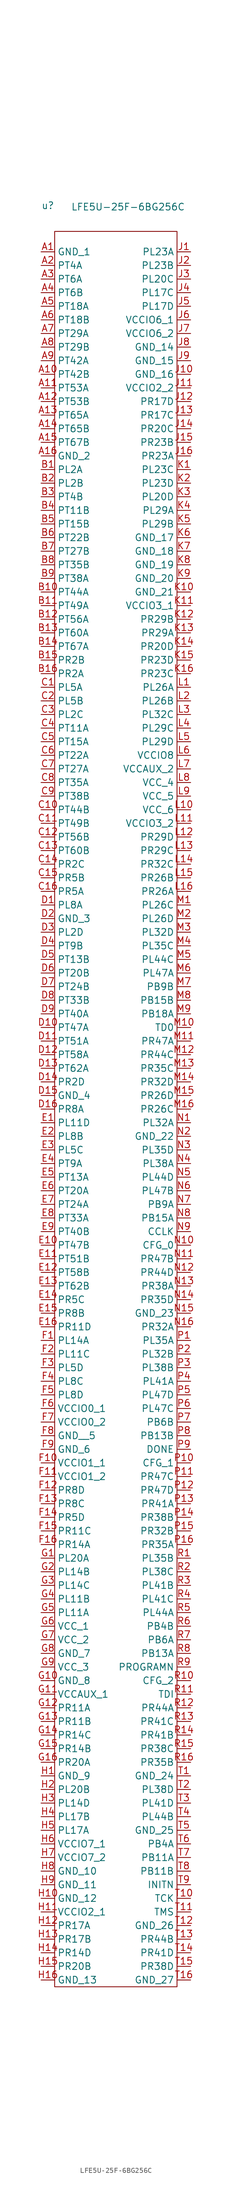
<source format=kicad_sym>
(kicad_symbol_lib
  (version 20241209)
  (generator "kicad_symbol_editor")
  (generator_version "9.0")
  (symbol "LFE5U-25F-6BG256C"
    (property "Reference" "u"
      (at -12.7 135.636 0)
      (effects (font (size 1.27 1.27))))
    (property "Value" "LFE5U-25F-6BG256C"
      (at 2.286 135.382 0)
      (effects (font (size 1.27 1.27))))
    (symbol "LFE5U-25F-6BG256C_0_1"
      (rectangle (start -11.43 130.81) (end 11.43 -196.85) (stroke (width 0) (type default)) (fill (type none))))
    (symbol "LFE5U-25F-6BG256C_1_1"
      (pin power_in line (at -13.97 127 0) (length 2.54) (name "GND_1" (effects (font (size 1.27 1.27)))) (number "A1" (effects (font (size 1.27 1.27)))))
      (pin bidirectional line (at -13.97 124.46 0) (length 2.54) (name "PT4A" (effects (font (size 1.27 1.27)))) (number "A2" (effects (font (size 1.27 1.27)))))
      (pin bidirectional line (at -13.97 121.92 0) (length 2.54) (name "PT6A" (effects (font (size 1.27 1.27)))) (number "A3" (effects (font (size 1.27 1.27)))))
      (pin bidirectional line (at -13.97 119.38 0) (length 2.54) (name "PT6B" (effects (font (size 1.27 1.27)))) (number "A4" (effects (font (size 1.27 1.27)))))
      (pin bidirectional line (at -13.97 116.84 0) (length 2.54) (name "PT18A" (effects (font (size 1.27 1.27)))) (number "A5" (effects (font (size 1.27 1.27)))))
      (pin bidirectional line (at -13.97 114.3 0) (length 2.54) (name "PT18B" (effects (font (size 1.27 1.27)))) (number "A6" (effects (font (size 1.27 1.27)))))
      (pin bidirectional line (at -13.97 111.76 0) (length 2.54) (name "PT29A" (effects (font (size 1.27 1.27)))) (number "A7" (effects (font (size 1.27 1.27)))))
      (pin bidirectional line (at -13.97 109.22 0) (length 2.54) (name "PT29B" (effects (font (size 1.27 1.27)))) (number "A8" (effects (font (size 1.27 1.27)))))
      (pin bidirectional line (at -13.97 106.68 0) (length 2.54) (name "PT42A" (effects (font (size 1.27 1.27)))) (number "A9" (effects (font (size 1.27 1.27)))))
      (pin bidirectional line (at -13.97 104.14 0) (length 2.54) (name "PT42B" (effects (font (size 1.27 1.27)))) (number "A10" (effects (font (size 1.27 1.27)))))
      (pin bidirectional line (at -13.97 101.6 0) (length 2.54) (name "PT53A" (effects (font (size 1.27 1.27)))) (number "A11" (effects (font (size 1.27 1.27)))))
      (pin bidirectional line (at -13.97 99.06 0) (length 2.54) (name "PT53B" (effects (font (size 1.27 1.27)))) (number "A12" (effects (font (size 1.27 1.27)))))
      (pin bidirectional line (at -13.97 96.52 0) (length 2.54) (name "PT65A" (effects (font (size 1.27 1.27)))) (number "A13" (effects (font (size 1.27 1.27)))))
      (pin bidirectional line (at -13.97 93.98 0) (length 2.54) (name "PT65B" (effects (font (size 1.27 1.27)))) (number "A14" (effects (font (size 1.27 1.27)))))
      (pin bidirectional line (at -13.97 91.44 0) (length 2.54) (name "PT67B" (effects (font (size 1.27 1.27)))) (number "A15" (effects (font (size 1.27 1.27)))))
      (pin power_in line (at -13.97 88.9 0) (length 2.54) (name "GND_2" (effects (font (size 1.27 1.27)))) (number "A16" (effects (font (size 1.27 1.27)))))
      (pin bidirectional line (at -13.97 86.36 0) (length 2.54) (name "PL2A" (effects (font (size 1.27 1.27)))) (number "B1" (effects (font (size 1.27 1.27)))))
      (pin bidirectional line (at -13.97 83.82 0) (length 2.54) (name "PL2B" (effects (font (size 1.27 1.27)))) (number "B2" (effects (font (size 1.27 1.27)))))
      (pin bidirectional line (at -13.97 81.28 0) (length 2.54) (name "PT4B" (effects (font (size 1.27 1.27)))) (number "B3" (effects (font (size 1.27 1.27)))))
      (pin bidirectional line (at -13.97 78.74 0) (length 2.54) (name "PT11B" (effects (font (size 1.27 1.27)))) (number "B4" (effects (font (size 1.27 1.27)))))
      (pin bidirectional line (at -13.97 76.2 0) (length 2.54) (name "PT15B" (effects (font (size 1.27 1.27)))) (number "B5" (effects (font (size 1.27 1.27)))))
      (pin bidirectional line (at -13.97 73.66 0) (length 2.54) (name "PT22B" (effects (font (size 1.27 1.27)))) (number "B6" (effects (font (size 1.27 1.27)))))
      (pin bidirectional line (at -13.97 71.12 0) (length 2.54) (name "PT27B" (effects (font (size 1.27 1.27)))) (number "B7" (effects (font (size 1.27 1.27)))))
      (pin bidirectional line (at -13.97 68.58 0) (length 2.54) (name "PT35B" (effects (font (size 1.27 1.27)))) (number "B8" (effects (font (size 1.27 1.27)))))
      (pin bidirectional line (at -13.97 66.04 0) (length 2.54) (name "PT38A" (effects (font (size 1.27 1.27)))) (number "B9" (effects (font (size 1.27 1.27)))))
      (pin bidirectional line (at -13.97 63.5 0) (length 2.54) (name "PT44A" (effects (font (size 1.27 1.27)))) (number "B10" (effects (font (size 1.27 1.27)))))
      (pin bidirectional line (at -13.97 60.96 0) (length 2.54) (name "PT49A" (effects (font (size 1.27 1.27)))) (number "B11" (effects (font (size 1.27 1.27)))))
      (pin bidirectional line (at -13.97 58.42 0) (length 2.54) (name "PT56A" (effects (font (size 1.27 1.27)))) (number "B12" (effects (font (size 1.27 1.27)))))
      (pin bidirectional line (at -13.97 55.88 0) (length 2.54) (name "PT60A" (effects (font (size 1.27 1.27)))) (number "B13" (effects (font (size 1.27 1.27)))))
      (pin bidirectional line (at -13.97 53.34 0) (length 2.54) (name "PT67A" (effects (font (size 1.27 1.27)))) (number "B14" (effects (font (size 1.27 1.27)))))
      (pin bidirectional line (at -13.97 50.8 0) (length 2.54) (name "PR2B" (effects (font (size 1.27 1.27)))) (number "B15" (effects (font (size 1.27 1.27)))))
      (pin bidirectional line (at -13.97 48.26 0) (length 2.54) (name "PR2A" (effects (font (size 1.27 1.27)))) (number "B16" (effects (font (size 1.27 1.27)))))
      (pin bidirectional line (at -13.97 45.72 0) (length 2.54) (name "PL5A" (effects (font (size 1.27 1.27)))) (number "C1" (effects (font (size 1.27 1.27)))))
      (pin bidirectional line (at -13.97 43.18 0) (length 2.54) (name "PL5B" (effects (font (size 1.27 1.27)))) (number "C2" (effects (font (size 1.27 1.27)))))
      (pin bidirectional line (at -13.97 40.64 0) (length 2.54) (name "PL2C" (effects (font (size 1.27 1.27)))) (number "C3" (effects (font (size 1.27 1.27)))))
      (pin bidirectional line (at -13.97 38.1 0) (length 2.54) (name "PT11A" (effects (font (size 1.27 1.27)))) (number "C4" (effects (font (size 1.27 1.27)))))
      (pin bidirectional line (at -13.97 35.56 0) (length 2.54) (name "PT15A" (effects (font (size 1.27 1.27)))) (number "C5" (effects (font (size 1.27 1.27)))))
      (pin bidirectional line (at -13.97 33.02 0) (length 2.54) (name "PT22A" (effects (font (size 1.27 1.27)))) (number "C6" (effects (font (size 1.27 1.27)))))
      (pin bidirectional line (at -13.97 30.48 0) (length 2.54) (name "PT27A" (effects (font (size 1.27 1.27)))) (number "C7" (effects (font (size 1.27 1.27)))))
      (pin bidirectional line (at -13.97 27.94 0) (length 2.54) (name "PT35A" (effects (font (size 1.27 1.27)))) (number "C8" (effects (font (size 1.27 1.27)))))
      (pin bidirectional line (at -13.97 25.4 0) (length 2.54) (name "PT38B" (effects (font (size 1.27 1.27)))) (number "C9" (effects (font (size 1.27 1.27)))))
      (pin bidirectional line (at -13.97 22.86 0) (length 2.54) (name "PT44B" (effects (font (size 1.27 1.27)))) (number "C10" (effects (font (size 1.27 1.27)))))
      (pin bidirectional line (at -13.97 20.32 0) (length 2.54) (name "PT49B" (effects (font (size 1.27 1.27)))) (number "C11" (effects (font (size 1.27 1.27)))))
      (pin bidirectional line (at -13.97 17.78 0) (length 2.54) (name "PT56B" (effects (font (size 1.27 1.27)))) (number "C12" (effects (font (size 1.27 1.27)))))
      (pin bidirectional line (at -13.97 15.24 0) (length 2.54) (name "PT60B" (effects (font (size 1.27 1.27)))) (number "C13" (effects (font (size 1.27 1.27)))))
      (pin bidirectional line (at -13.97 12.7 0) (length 2.54) (name "PR2C" (effects (font (size 1.27 1.27)))) (number "C14" (effects (font (size 1.27 1.27)))))
      (pin bidirectional line (at -13.97 10.16 0) (length 2.54) (name "PR5B" (effects (font (size 1.27 1.27)))) (number "C15" (effects (font (size 1.27 1.27)))))
      (pin bidirectional line (at -13.97 7.62 0) (length 2.54) (name "PR5A" (effects (font (size 1.27 1.27)))) (number "C16" (effects (font (size 1.27 1.27)))))
      (pin bidirectional line (at -13.97 5.08 0) (length 2.54) (name "PL8A" (effects (font (size 1.27 1.27)))) (number "D1" (effects (font (size 1.27 1.27)))))
      (pin power_in line (at -13.97 2.54 0) (length 2.54) (name "GND_3" (effects (font (size 1.27 1.27)))) (number "D2" (effects (font (size 1.27 1.27)))))
      (pin bidirectional line (at -13.97 0 0) (length 2.54) (name "PL2D" (effects (font (size 1.27 1.27)))) (number "D3" (effects (font (size 1.27 1.27)))))
      (pin bidirectional line (at -13.97 -2.54 0) (length 2.54) (name "PT9B" (effects (font (size 1.27 1.27)))) (number "D4" (effects (font (size 1.27 1.27)))))
      (pin bidirectional line (at -13.97 -5.08 0) (length 2.54) (name "PT13B" (effects (font (size 1.27 1.27)))) (number "D5" (effects (font (size 1.27 1.27)))))
      (pin bidirectional line (at -13.97 -7.62 0) (length 2.54) (name "PT20B" (effects (font (size 1.27 1.27)))) (number "D6" (effects (font (size 1.27 1.27)))))
      (pin bidirectional line (at -13.97 -10.16 0) (length 2.54) (name "PT24B" (effects (font (size 1.27 1.27)))) (number "D7" (effects (font (size 1.27 1.27)))))
      (pin bidirectional line (at -13.97 -12.7 0) (length 2.54) (name "PT33B" (effects (font (size 1.27 1.27)))) (number "D8" (effects (font (size 1.27 1.27)))))
      (pin bidirectional line (at -13.97 -15.24 0) (length 2.54) (name "PT40A" (effects (font (size 1.27 1.27)))) (number "D9" (effects (font (size 1.27 1.27)))))
      (pin bidirectional line (at -13.97 -17.78 0) (length 2.54) (name "PT47A" (effects (font (size 1.27 1.27)))) (number "D10" (effects (font (size 1.27 1.27)))))
      (pin bidirectional line (at -13.97 -20.32 0) (length 2.54) (name "PT51A" (effects (font (size 1.27 1.27)))) (number "D11" (effects (font (size 1.27 1.27)))))
      (pin bidirectional line (at -13.97 -22.86 0) (length 2.54) (name "PT58A" (effects (font (size 1.27 1.27)))) (number "D12" (effects (font (size 1.27 1.27)))))
      (pin bidirectional line (at -13.97 -25.4 0) (length 2.54) (name "PT62A" (effects (font (size 1.27 1.27)))) (number "D13" (effects (font (size 1.27 1.27)))))
      (pin bidirectional line (at -13.97 -27.94 0) (length 2.54) (name "PR2D" (effects (font (size 1.27 1.27)))) (number "D14" (effects (font (size 1.27 1.27)))))
      (pin power_in line (at -13.97 -30.48 0) (length 2.54) (name "GND_4" (effects (font (size 1.27 1.27)))) (number "D15" (effects (font (size 1.27 1.27)))))
      (pin bidirectional line (at -13.97 -33.02 0) (length 2.54) (name "PR8A" (effects (font (size 1.27 1.27)))) (number "D16" (effects (font (size 1.27 1.27)))))
      (pin bidirectional line (at -13.97 -35.56 0) (length 2.54) (name "PL11D" (effects (font (size 1.27 1.27)))) (number "E1" (effects (font (size 1.27 1.27)))))
      (pin bidirectional line (at -13.97 -38.1 0) (length 2.54) (name "PL8B" (effects (font (size 1.27 1.27)))) (number "E2" (effects (font (size 1.27 1.27)))))
      (pin bidirectional line (at -13.97 -40.64 0) (length 2.54) (name "PL5C" (effects (font (size 1.27 1.27)))) (number "E3" (effects (font (size 1.27 1.27)))))
      (pin bidirectional line (at -13.97 -43.18 0) (length 2.54) (name "PT9A" (effects (font (size 1.27 1.27)))) (number "E4" (effects (font (size 1.27 1.27)))))
      (pin bidirectional line (at -13.97 -45.72 0) (length 2.54) (name "PT13A" (effects (font (size 1.27 1.27)))) (number "E5" (effects (font (size 1.27 1.27)))))
      (pin bidirectional line (at -13.97 -48.26 0) (length 2.54) (name "PT20A" (effects (font (size 1.27 1.27)))) (number "E6" (effects (font (size 1.27 1.27)))))
      (pin bidirectional line (at -13.97 -50.8 0) (length 2.54) (name "PT24A" (effects (font (size 1.27 1.27)))) (number "E7" (effects (font (size 1.27 1.27)))))
      (pin bidirectional line (at -13.97 -53.34 0) (length 2.54) (name "PT33A" (effects (font (size 1.27 1.27)))) (number "E8" (effects (font (size 1.27 1.27)))))
      (pin bidirectional line (at -13.97 -55.88 0) (length 2.54) (name "PT40B" (effects (font (size 1.27 1.27)))) (number "E9" (effects (font (size 1.27 1.27)))))
      (pin bidirectional line (at -13.97 -58.42 0) (length 2.54) (name "PT47B" (effects (font (size 1.27 1.27)))) (number "E10" (effects (font (size 1.27 1.27)))))
      (pin bidirectional line (at -13.97 -60.96 0) (length 2.54) (name "PT51B" (effects (font (size 1.27 1.27)))) (number "E11" (effects (font (size 1.27 1.27)))))
      (pin bidirectional line (at -13.97 -63.5 0) (length 2.54) (name "PT58B" (effects (font (size 1.27 1.27)))) (number "E12" (effects (font (size 1.27 1.27)))))
      (pin bidirectional line (at -13.97 -66.04 0) (length 2.54) (name "PT62B" (effects (font (size 1.27 1.27)))) (number "E13" (effects (font (size 1.27 1.27)))))
      (pin bidirectional line (at -13.97 -68.58 0) (length 2.54) (name "PR5C" (effects (font (size 1.27 1.27)))) (number "E14" (effects (font (size 1.27 1.27)))))
      (pin bidirectional line (at -13.97 -71.12 0) (length 2.54) (name "PR8B" (effects (font (size 1.27 1.27)))) (number "E15" (effects (font (size 1.27 1.27)))))
      (pin bidirectional line (at -13.97 -73.66 0) (length 2.54) (name "PR11D" (effects (font (size 1.27 1.27)))) (number "E16" (effects (font (size 1.27 1.27)))))
      (pin bidirectional line (at -13.97 -76.2 0) (length 2.54) (name "PL14A" (effects (font (size 1.27 1.27)))) (number "F1" (effects (font (size 1.27 1.27)))))
      (pin bidirectional line (at -13.97 -78.74 0) (length 2.54) (name "PL11C" (effects (font (size 1.27 1.27)))) (number "F2" (effects (font (size 1.27 1.27)))))
      (pin bidirectional line (at -13.97 -81.28 0) (length 2.54) (name "PL5D" (effects (font (size 1.27 1.27)))) (number "F3" (effects (font (size 1.27 1.27)))))
      (pin bidirectional line (at -13.97 -83.82 0) (length 2.54) (name "PL8C" (effects (font (size 1.27 1.27)))) (number "F4" (effects (font (size 1.27 1.27)))))
      (pin bidirectional line (at -13.97 -86.36 0) (length 2.54) (name "PL8D" (effects (font (size 1.27 1.27)))) (number "F5" (effects (font (size 1.27 1.27)))))
      (pin power_in line (at -13.97 -88.9 0) (length 2.54) (name "VCCIO0_1" (effects (font (size 1.27 1.27)))) (number "F6" (effects (font (size 1.27 1.27)))))
      (pin power_in line (at -13.97 -91.44 0) (length 2.54) (name "VCCIO0_2" (effects (font (size 1.27 1.27)))) (number "F7" (effects (font (size 1.27 1.27)))))
      (pin power_in line (at -13.97 -93.98 0) (length 2.54) (name "GND__5" (effects (font (size 1.27 1.27)))) (number "F8" (effects (font (size 1.27 1.27)))))
      (pin power_in line (at -13.97 -96.52 0) (length 2.54) (name "GND_6" (effects (font (size 1.27 1.27)))) (number "F9" (effects (font (size 1.27 1.27)))))
      (pin power_in line (at -13.97 -99.06 0) (length 2.54) (name "VCCIO1_1" (effects (font (size 1.27 1.27)))) (number "F10" (effects (font (size 1.27 1.27)))))
      (pin power_in line (at -13.97 -101.6 0) (length 2.54) (name "VCCIO1_2" (effects (font (size 1.27 1.27)))) (number "F11" (effects (font (size 1.27 1.27)))))
      (pin bidirectional line (at -13.97 -104.14 0) (length 2.54) (name "PR8D" (effects (font (size 1.27 1.27)))) (number "F12" (effects (font (size 1.27 1.27)))))
      (pin bidirectional line (at -13.97 -106.68 0) (length 2.54) (name "PR8C" (effects (font (size 1.27 1.27)))) (number "F13" (effects (font (size 1.27 1.27)))))
      (pin bidirectional line (at -13.97 -109.22 0) (length 2.54) (name "PR5D" (effects (font (size 1.27 1.27)))) (number "F14" (effects (font (size 1.27 1.27)))))
      (pin bidirectional line (at -13.97 -111.76 0) (length 2.54) (name "PR11C" (effects (font (size 1.27 1.27)))) (number "F15" (effects (font (size 1.27 1.27)))))
      (pin bidirectional line (at -13.97 -114.3 0) (length 2.54) (name "PR14A" (effects (font (size 1.27 1.27)))) (number "F16" (effects (font (size 1.27 1.27)))))
      (pin bidirectional line (at -13.97 -116.84 0) (length 2.54) (name "PL20A" (effects (font (size 1.27 1.27)))) (number "G1" (effects (font (size 1.27 1.27)))))
      (pin bidirectional line (at -13.97 -119.38 0) (length 2.54) (name "PL14B" (effects (font (size 1.27 1.27)))) (number "G2" (effects (font (size 1.27 1.27)))))
      (pin bidirectional line (at -13.97 -121.92 0) (length 2.54) (name "PL14C" (effects (font (size 1.27 1.27)))) (number "G3" (effects (font (size 1.27 1.27)))))
      (pin bidirectional line (at -13.97 -124.46 0) (length 2.54) (name "PL11B" (effects (font (size 1.27 1.27)))) (number "G4" (effects (font (size 1.27 1.27)))))
      (pin bidirectional line (at -13.97 -127 0) (length 2.54) (name "PL11A" (effects (font (size 1.27 1.27)))) (number "G5" (effects (font (size 1.27 1.27)))))
      (pin power_in line (at -13.97 -129.54 0) (length 2.54) (name "VCC_1" (effects (font (size 1.27 1.27)))) (number "G6" (effects (font (size 1.27 1.27)))))
      (pin power_in line (at -13.97 -132.08 0) (length 2.54) (name "VCC_2" (effects (font (size 1.27 1.27)))) (number "G7" (effects (font (size 1.27 1.27)))))
      (pin power_in line (at -13.97 -134.62 0) (length 2.54) (name "GND_7" (effects (font (size 1.27 1.27)))) (number "G8" (effects (font (size 1.27 1.27)))))
      (pin power_in line (at -13.97 -137.16 0) (length 2.54) (name "VCC_3" (effects (font (size 1.27 1.27)))) (number "G9" (effects (font (size 1.27 1.27)))))
      (pin power_in line (at -13.97 -139.7 0) (length 2.54) (name "GND_8" (effects (font (size 1.27 1.27)))) (number "G10" (effects (font (size 1.27 1.27)))))
      (pin power_in line (at -13.97 -142.24 0) (length 2.54) (name "VCCAUX_1" (effects (font (size 1.27 1.27)))) (number "G11" (effects (font (size 1.27 1.27)))))
      (pin bidirectional line (at -13.97 -144.78 0) (length 2.54) (name "PR11A" (effects (font (size 1.27 1.27)))) (number "G12" (effects (font (size 1.27 1.27)))))
      (pin bidirectional line (at -13.97 -147.32 0) (length 2.54) (name "PR11B" (effects (font (size 1.27 1.27)))) (number "G13" (effects (font (size 1.27 1.27)))))
      (pin bidirectional line (at -13.97 -149.86 0) (length 2.54) (name "PR14C" (effects (font (size 1.27 1.27)))) (number "G14" (effects (font (size 1.27 1.27)))))
      (pin bidirectional line (at -13.97 -152.4 0) (length 2.54) (name "PR14B" (effects (font (size 1.27 1.27)))) (number "G15" (effects (font (size 1.27 1.27)))))
      (pin bidirectional line (at -13.97 -154.94 0) (length 2.54) (name "PR20A" (effects (font (size 1.27 1.27)))) (number "G16" (effects (font (size 1.27 1.27)))))
      (pin power_in line (at -13.97 -157.48 0) (length 2.54) (name "GND_9" (effects (font (size 1.27 1.27)))) (number "H1" (effects (font (size 1.27 1.27)))))
      (pin bidirectional line (at -13.97 -160.02 0) (length 2.54) (name "PL20B" (effects (font (size 1.27 1.27)))) (number "H2" (effects (font (size 1.27 1.27)))))
      (pin bidirectional line (at -13.97 -162.56 0) (length 2.54) (name "PL14D" (effects (font (size 1.27 1.27)))) (number "H3" (effects (font (size 1.27 1.27)))))
      (pin bidirectional line (at -13.97 -165.1 0) (length 2.54) (name "PL17B" (effects (font (size 1.27 1.27)))) (number "H4" (effects (font (size 1.27 1.27)))))
      (pin bidirectional line (at -13.97 -167.64 0) (length 2.54) (name "PL17A" (effects (font (size 1.27 1.27)))) (number "H5" (effects (font (size 1.27 1.27)))))
      (pin power_in line (at -13.97 -170.18 0) (length 2.54) (name "VCCIO7_1" (effects (font (size 1.27 1.27)))) (number "H6" (effects (font (size 1.27 1.27)))))
      (pin power_in line (at -13.97 -172.72 0) (length 2.54) (name "VCCIO7_2" (effects (font (size 1.27 1.27)))) (number "H7" (effects (font (size 1.27 1.27)))))
      (pin power_in line (at -13.97 -175.26 0) (length 2.54) (name "GND_10" (effects (font (size 1.27 1.27)))) (number "H8" (effects (font (size 1.27 1.27)))))
      (pin power_in line (at -13.97 -177.8 0) (length 2.54) (name "GND_11" (effects (font (size 1.27 1.27)))) (number "H9" (effects (font (size 1.27 1.27)))))
      (pin power_in line (at -13.97 -180.34 0) (length 2.54) (name "GND_12" (effects (font (size 1.27 1.27)))) (number "H10" (effects (font (size 1.27 1.27)))))
      (pin power_in line (at -13.97 -182.88 0) (length 2.54) (name "VCCIO2_1" (effects (font (size 1.27 1.27)))) (number "H11" (effects (font (size 1.27 1.27)))))
      (pin bidirectional line (at -13.97 -185.42 0) (length 2.54) (name "PR17A" (effects (font (size 1.27 1.27)))) (number "H12" (effects (font (size 1.27 1.27)))))
      (pin bidirectional line (at -13.97 -187.96 0) (length 2.54) (name "PR17B" (effects (font (size 1.27 1.27)))) (number "H13" (effects (font (size 1.27 1.27)))))
      (pin bidirectional line (at -13.97 -190.5 0) (length 2.54) (name "PR14D" (effects (font (size 1.27 1.27)))) (number "H14" (effects (font (size 1.27 1.27)))))
      (pin bidirectional line (at -13.97 -193.04 0) (length 2.54) (name "PR20B" (effects (font (size 1.27 1.27)))) (number "H15" (effects (font (size 1.27 1.27)))))
      (pin power_in line (at -13.97 -195.58 0) (length 2.54) (name "GND_13" (effects (font (size 1.27 1.27)))) (number "H16" (effects (font (size 1.27 1.27)))))
      (pin bidirectional line (at 13.97 127 180) (length 2.54) (name "PL23A" (effects (font (size 1.27 1.27)))) (number "J1" (effects (font (size 1.27 1.27)))))
      (pin bidirectional line (at 13.97 124.46 180) (length 2.54) (name "PL23B" (effects (font (size 1.27 1.27)))) (number "J2" (effects (font (size 1.27 1.27)))))
      (pin bidirectional line (at 13.97 121.92 180) (length 2.54) (name "PL20C" (effects (font (size 1.27 1.27)))) (number "J3" (effects (font (size 1.27 1.27)))))
      (pin bidirectional line (at 13.97 119.38 180) (length 2.54) (name "PL17C" (effects (font (size 1.27 1.27)))) (number "J4" (effects (font (size 1.27 1.27)))))
      (pin bidirectional line (at 13.97 116.84 180) (length 2.54) (name "PL17D" (effects (font (size 1.27 1.27)))) (number "J5" (effects (font (size 1.27 1.27)))))
      (pin power_in line (at 13.97 114.3 180) (length 2.54) (name "VCCIO6_1" (effects (font (size 1.27 1.27)))) (number "J6" (effects (font (size 1.27 1.27)))))
      (pin power_in line (at 13.97 111.76 180) (length 2.54) (name "VCCIO6_2" (effects (font (size 1.27 1.27)))) (number "J7" (effects (font (size 1.27 1.27)))))
      (pin power_in line (at 13.97 109.22 180) (length 2.54) (name "GND_14" (effects (font (size 1.27 1.27)))) (number "J8" (effects (font (size 1.27 1.27)))))
      (pin power_in line (at 13.97 106.68 180) (length 2.54) (name "GND_15" (effects (font (size 1.27 1.27)))) (number "J9" (effects (font (size 1.27 1.27)))))
      (pin power_in line (at 13.97 104.14 180) (length 2.54) (name "GND_16" (effects (font (size 1.27 1.27)))) (number "J10" (effects (font (size 1.27 1.27)))))
      (pin power_in line (at 13.97 101.6 180) (length 2.54) (name "VCCIO2_2" (effects (font (size 1.27 1.27)))) (number "J11" (effects (font (size 1.27 1.27)))))
      (pin bidirectional line (at 13.97 99.06 180) (length 2.54) (name "PR17D" (effects (font (size 1.27 1.27)))) (number "J12" (effects (font (size 1.27 1.27)))))
      (pin bidirectional line (at 13.97 96.52 180) (length 2.54) (name "PR17C" (effects (font (size 1.27 1.27)))) (number "J13" (effects (font (size 1.27 1.27)))))
      (pin bidirectional line (at 13.97 93.98 180) (length 2.54) (name "PR20C" (effects (font (size 1.27 1.27)))) (number "J14" (effects (font (size 1.27 1.27)))))
      (pin bidirectional line (at 13.97 91.44 180) (length 2.54) (name "PR23B" (effects (font (size 1.27 1.27)))) (number "J15" (effects (font (size 1.27 1.27)))))
      (pin bidirectional line (at 13.97 88.9 180) (length 2.54) (name "PR23A" (effects (font (size 1.27 1.27)))) (number "J16" (effects (font (size 1.27 1.27)))))
      (pin bidirectional line (at 13.97 86.36 180) (length 2.54) (name "PL23C" (effects (font (size 1.27 1.27)))) (number "K1" (effects (font (size 1.27 1.27)))))
      (pin bidirectional line (at 13.97 83.82 180) (length 2.54) (name "PL23D" (effects (font (size 1.27 1.27)))) (number "K2" (effects (font (size 1.27 1.27)))))
      (pin bidirectional line (at 13.97 81.28 180) (length 2.54) (name "PL20D" (effects (font (size 1.27 1.27)))) (number "K3" (effects (font (size 1.27 1.27)))))
      (pin bidirectional line (at 13.97 78.74 180) (length 2.54) (name "PL29A" (effects (font (size 1.27 1.27)))) (number "K4" (effects (font (size 1.27 1.27)))))
      (pin bidirectional line (at 13.97 76.2 180) (length 2.54) (name "PL29B" (effects (font (size 1.27 1.27)))) (number "K5" (effects (font (size 1.27 1.27)))))
      (pin power_in line (at 13.97 73.66 180) (length 2.54) (name "GND_17" (effects (font (size 1.27 1.27)))) (number "K6" (effects (font (size 1.27 1.27)))))
      (pin power_in line (at 13.97 71.12 180) (length 2.54) (name "GND_18" (effects (font (size 1.27 1.27)))) (number "K7" (effects (font (size 1.27 1.27)))))
      (pin power_in line (at 13.97 68.58 180) (length 2.54) (name "GND_19" (effects (font (size 1.27 1.27)))) (number "K8" (effects (font (size 1.27 1.27)))))
      (pin power_in line (at 13.97 66.04 180) (length 2.54) (name "GND_20" (effects (font (size 1.27 1.27)))) (number "K9" (effects (font (size 1.27 1.27)))))
      (pin power_in line (at 13.97 63.5 180) (length 2.54) (name "GND_21" (effects (font (size 1.27 1.27)))) (number "K10" (effects (font (size 1.27 1.27)))))
      (pin power_in line (at 13.97 60.96 180) (length 2.54) (name "VCCIO3_1" (effects (font (size 1.27 1.27)))) (number "K11" (effects (font (size 1.27 1.27)))))
      (pin bidirectional line (at 13.97 58.42 180) (length 2.54) (name "PR29B" (effects (font (size 1.27 1.27)))) (number "K12" (effects (font (size 1.27 1.27)))))
      (pin bidirectional line (at 13.97 55.88 180) (length 2.54) (name "PR29A" (effects (font (size 1.27 1.27)))) (number "K13" (effects (font (size 1.27 1.27)))))
      (pin bidirectional line (at 13.97 53.34 180) (length 2.54) (name "PR20D" (effects (font (size 1.27 1.27)))) (number "K14" (effects (font (size 1.27 1.27)))))
      (pin bidirectional line (at 13.97 50.8 180) (length 2.54) (name "PR23D" (effects (font (size 1.27 1.27)))) (number "K15" (effects (font (size 1.27 1.27)))))
      (pin bidirectional line (at 13.97 48.26 180) (length 2.54) (name "PR23C" (effects (font (size 1.27 1.27)))) (number "K16" (effects (font (size 1.27 1.27)))))
      (pin bidirectional line (at 13.97 45.72 180) (length 2.54) (name "PL26A" (effects (font (size 1.27 1.27)))) (number "L1" (effects (font (size 1.27 1.27)))))
      (pin bidirectional line (at 13.97 43.18 180) (length 2.54) (name "PL26B" (effects (font (size 1.27 1.27)))) (number "L2" (effects (font (size 1.27 1.27)))))
      (pin bidirectional line (at 13.97 40.64 180) (length 2.54) (name "PL32C" (effects (font (size 1.27 1.27)))) (number "L3" (effects (font (size 1.27 1.27)))))
      (pin bidirectional line (at 13.97 38.1 180) (length 2.54) (name "PL29C" (effects (font (size 1.27 1.27)))) (number "L4" (effects (font (size 1.27 1.27)))))
      (pin bidirectional line (at 13.97 35.56 180) (length 2.54) (name "PL29D" (effects (font (size 1.27 1.27)))) (number "L5" (effects (font (size 1.27 1.27)))))
      (pin power_in line (at 13.97 33.02 180) (length 2.54) (name "VCCIO8" (effects (font (size 1.27 1.27)))) (number "L6" (effects (font (size 1.27 1.27)))))
      (pin power_in line (at 13.97 30.48 180) (length 2.54) (name "VCCAUX_2" (effects (font (size 1.27 1.27)))) (number "L7" (effects (font (size 1.27 1.27)))))
      (pin power_in line (at 13.97 27.94 180) (length 2.54) (name "VCC_4" (effects (font (size 1.27 1.27)))) (number "L8" (effects (font (size 1.27 1.27)))))
      (pin power_in line (at 13.97 25.4 180) (length 2.54) (name "VCC_5" (effects (font (size 1.27 1.27)))) (number "L9" (effects (font (size 1.27 1.27)))))
      (pin power_in line (at 13.97 22.86 180) (length 2.54) (name "VCC_6" (effects (font (size 1.27 1.27)))) (number "L10" (effects (font (size 1.27 1.27)))))
      (pin power_in line (at 13.97 20.32 180) (length 2.54) (name "VCCIO3_2" (effects (font (size 1.27 1.27)))) (number "L11" (effects (font (size 1.27 1.27)))))
      (pin bidirectional line (at 13.97 17.78 180) (length 2.54) (name "PR29D" (effects (font (size 1.27 1.27)))) (number "L12" (effects (font (size 1.27 1.27)))))
      (pin bidirectional line (at 13.97 15.24 180) (length 2.54) (name "PR29C" (effects (font (size 1.27 1.27)))) (number "L13" (effects (font (size 1.27 1.27)))))
      (pin bidirectional line (at 13.97 12.7 180) (length 2.54) (name "PR32C" (effects (font (size 1.27 1.27)))) (number "L14" (effects (font (size 1.27 1.27)))))
      (pin bidirectional line (at 13.97 10.16 180) (length 2.54) (name "PR26B" (effects (font (size 1.27 1.27)))) (number "L15" (effects (font (size 1.27 1.27)))))
      (pin bidirectional line (at 13.97 7.62 180) (length 2.54) (name "PR26A" (effects (font (size 1.27 1.27)))) (number "L16" (effects (font (size 1.27 1.27)))))
      (pin bidirectional line (at 13.97 5.08 180) (length 2.54) (name "PL26C" (effects (font (size 1.27 1.27)))) (number "M1" (effects (font (size 1.27 1.27)))))
      (pin bidirectional line (at 13.97 2.54 180) (length 2.54) (name "PL26D" (effects (font (size 1.27 1.27)))) (number "M2" (effects (font (size 1.27 1.27)))))
      (pin bidirectional line (at 13.97 0 180) (length 2.54) (name "PL32D" (effects (font (size 1.27 1.27)))) (number "M3" (effects (font (size 1.27 1.27)))))
      (pin bidirectional line (at 13.97 -2.54 180) (length 2.54) (name "PL35C" (effects (font (size 1.27 1.27)))) (number "M4" (effects (font (size 1.27 1.27)))))
      (pin bidirectional line (at 13.97 -5.08 180) (length 2.54) (name "PL44C" (effects (font (size 1.27 1.27)))) (number "M5" (effects (font (size 1.27 1.27)))))
      (pin bidirectional line (at 13.97 -7.62 180) (length 2.54) (name "PL47A" (effects (font (size 1.27 1.27)))) (number "M6" (effects (font (size 1.27 1.27)))))
      (pin bidirectional line (at 13.97 -10.16 180) (length 2.54) (name "PB9B" (effects (font (size 1.27 1.27)))) (number "M7" (effects (font (size 1.27 1.27)))))
      (pin bidirectional line (at 13.97 -12.7 180) (length 2.54) (name "PB15B" (effects (font (size 1.27 1.27)))) (number "M8" (effects (font (size 1.27 1.27)))))
      (pin bidirectional line (at 13.97 -15.24 180) (length 2.54) (name "PB18A" (effects (font (size 1.27 1.27)))) (number "M9" (effects (font (size 1.27 1.27)))))
      (pin output line (at 13.97 -17.78 180) (length 2.54) (name "TD0" (effects (font (size 1.27 1.27)))) (number "M10" (effects (font (size 1.27 1.27)))))
      (pin bidirectional line (at 13.97 -20.32 180) (length 2.54) (name "PR47A" (effects (font (size 1.27 1.27)))) (number "M11" (effects (font (size 1.27 1.27)))))
      (pin bidirectional line (at 13.97 -22.86 180) (length 2.54) (name "PR44C" (effects (font (size 1.27 1.27)))) (number "M12" (effects (font (size 1.27 1.27)))))
      (pin bidirectional line (at 13.97 -25.4 180) (length 2.54) (name "PR35C" (effects (font (size 1.27 1.27)))) (number "M13" (effects (font (size 1.27 1.27)))))
      (pin bidirectional line (at 13.97 -27.94 180) (length 2.54) (name "PR32D" (effects (font (size 1.27 1.27)))) (number "M14" (effects (font (size 1.27 1.27)))))
      (pin bidirectional line (at 13.97 -30.48 180) (length 2.54) (name "PR26D" (effects (font (size 1.27 1.27)))) (number "M15" (effects (font (size 1.27 1.27)))))
      (pin bidirectional line (at 13.97 -33.02 180) (length 2.54) (name "PR26C" (effects (font (size 1.27 1.27)))) (number "M16" (effects (font (size 1.27 1.27)))))
      (pin bidirectional line (at 13.97 -35.56 180) (length 2.54) (name "PL32A" (effects (font (size 1.27 1.27)))) (number "N1" (effects (font (size 1.27 1.27)))))
      (pin power_in line (at 13.97 -38.1 180) (length 2.54) (name "GND_22" (effects (font (size 1.27 1.27)))) (number "N2" (effects (font (size 1.27 1.27)))))
      (pin bidirectional line (at 13.97 -40.64 180) (length 2.54) (name "PL35D" (effects (font (size 1.27 1.27)))) (number "N3" (effects (font (size 1.27 1.27)))))
      (pin bidirectional line (at 13.97 -43.18 180) (length 2.54) (name "PL38A" (effects (font (size 1.27 1.27)))) (number "N4" (effects (font (size 1.27 1.27)))))
      (pin bidirectional line (at 13.97 -45.72 180) (length 2.54) (name "PL44D" (effects (font (size 1.27 1.27)))) (number "N5" (effects (font (size 1.27 1.27)))))
      (pin bidirectional line (at 13.97 -48.26 180) (length 2.54) (name "PL47B" (effects (font (size 1.27 1.27)))) (number "N6" (effects (font (size 1.27 1.27)))))
      (pin bidirectional line (at 13.97 -50.8 180) (length 2.54) (name "PB9A" (effects (font (size 1.27 1.27)))) (number "N7" (effects (font (size 1.27 1.27)))))
      (pin bidirectional line (at 13.97 -53.34 180) (length 2.54) (name "PB15A" (effects (font (size 1.27 1.27)))) (number "N8" (effects (font (size 1.27 1.27)))))
      (pin input line (at 13.97 -55.88 180) (length 2.54) (name "CCLK" (effects (font (size 1.27 1.27)))) (number "N9" (effects (font (size 1.27 1.27)))))
      (pin input line (at 13.97 -58.42 180) (length 2.54) (name "CFG_0" (effects (font (size 1.27 1.27)))) (number "N10" (effects (font (size 1.27 1.27)))))
      (pin bidirectional line (at 13.97 -60.96 180) (length 2.54) (name "PR47B" (effects (font (size 1.27 1.27)))) (number "N11" (effects (font (size 1.27 1.27)))))
      (pin bidirectional line (at 13.97 -63.5 180) (length 2.54) (name "PR44D" (effects (font (size 1.27 1.27)))) (number "N12" (effects (font (size 1.27 1.27)))))
      (pin bidirectional line (at 13.97 -66.04 180) (length 2.54) (name "PR38A" (effects (font (size 1.27 1.27)))) (number "N13" (effects (font (size 1.27 1.27)))))
      (pin bidirectional line (at 13.97 -68.58 180) (length 2.54) (name "PR35D" (effects (font (size 1.27 1.27)))) (number "N14" (effects (font (size 1.27 1.27)))))
      (pin power_in line (at 13.97 -71.12 180) (length 2.54) (name "GND_23" (effects (font (size 1.27 1.27)))) (number "N15" (effects (font (size 1.27 1.27)))))
      (pin bidirectional line (at 13.97 -73.66 180) (length 2.54) (name "PR32A" (effects (font (size 1.27 1.27)))) (number "N16" (effects (font (size 1.27 1.27)))))
      (pin bidirectional line (at 13.97 -76.2 180) (length 2.54) (name "PL35A" (effects (font (size 1.27 1.27)))) (number "P1" (effects (font (size 1.27 1.27)))))
      (pin bidirectional line (at 13.97 -78.74 180) (length 2.54) (name "PL32B" (effects (font (size 1.27 1.27)))) (number "P2" (effects (font (size 1.27 1.27)))))
      (pin bidirectional line (at 13.97 -81.28 180) (length 2.54) (name "PL38B" (effects (font (size 1.27 1.27)))) (number "P3" (effects (font (size 1.27 1.27)))))
      (pin bidirectional line (at 13.97 -83.82 180) (length 2.54) (name "PL41A" (effects (font (size 1.27 1.27)))) (number "P4" (effects (font (size 1.27 1.27)))))
      (pin bidirectional line (at 13.97 -86.36 180) (length 2.54) (name "PL47D" (effects (font (size 1.27 1.27)))) (number "P5" (effects (font (size 1.27 1.27)))))
      (pin bidirectional line (at 13.97 -88.9 180) (length 2.54) (name "PL47C" (effects (font (size 1.27 1.27)))) (number "P6" (effects (font (size 1.27 1.27)))))
      (pin bidirectional line (at 13.97 -91.44 180) (length 2.54) (name "PB6B" (effects (font (size 1.27 1.27)))) (number "P7" (effects (font (size 1.27 1.27)))))
      (pin bidirectional line (at 13.97 -93.98 180) (length 2.54) (name "PB13B" (effects (font (size 1.27 1.27)))) (number "P8" (effects (font (size 1.27 1.27)))))
      (pin bidirectional line (at 13.97 -96.52 180) (length 2.54) (name "DONE" (effects (font (size 1.27 1.27)))) (number "P9" (effects (font (size 1.27 1.27)))))
      (pin input line (at 13.97 -99.06 180) (length 2.54) (name "CFG_1" (effects (font (size 1.27 1.27)))) (number "P10" (effects (font (size 1.27 1.27)))))
      (pin bidirectional line (at 13.97 -101.6 180) (length 2.54) (name "PR47C" (effects (font (size 1.27 1.27)))) (number "P11" (effects (font (size 1.27 1.27)))))
      (pin bidirectional line (at 13.97 -104.14 180) (length 2.54) (name "PR47D" (effects (font (size 1.27 1.27)))) (number "P12" (effects (font (size 1.27 1.27)))))
      (pin bidirectional line (at 13.97 -106.68 180) (length 2.54) (name "PR41A" (effects (font (size 1.27 1.27)))) (number "P13" (effects (font (size 1.27 1.27)))))
      (pin bidirectional line (at 13.97 -109.22 180) (length 2.54) (name "PR38B" (effects (font (size 1.27 1.27)))) (number "P14" (effects (font (size 1.27 1.27)))))
      (pin bidirectional line (at 13.97 -111.76 180) (length 2.54) (name "PR32B" (effects (font (size 1.27 1.27)))) (number "P15" (effects (font (size 1.27 1.27)))))
      (pin bidirectional line (at 13.97 -114.3 180) (length 2.54) (name "PR35A" (effects (font (size 1.27 1.27)))) (number "P16" (effects (font (size 1.27 1.27)))))
      (pin bidirectional line (at 13.97 -116.84 180) (length 2.54) (name "PL35B" (effects (font (size 1.27 1.27)))) (number "R1" (effects (font (size 1.27 1.27)))))
      (pin bidirectional line (at 13.97 -119.38 180) (length 2.54) (name "PL38C" (effects (font (size 1.27 1.27)))) (number "R2" (effects (font (size 1.27 1.27)))))
      (pin bidirectional line (at 13.97 -121.92 180) (length 2.54) (name "PL41B" (effects (font (size 1.27 1.27)))) (number "R3" (effects (font (size 1.27 1.27)))))
      (pin bidirectional line (at 13.97 -124.46 180) (length 2.54) (name "PL41C" (effects (font (size 1.27 1.27)))) (number "R4" (effects (font (size 1.27 1.27)))))
      (pin bidirectional line (at 13.97 -127 180) (length 2.54) (name "PL44A" (effects (font (size 1.27 1.27)))) (number "R5" (effects (font (size 1.27 1.27)))))
      (pin bidirectional line (at 13.97 -129.54 180) (length 2.54) (name "PB4B" (effects (font (size 1.27 1.27)))) (number "R6" (effects (font (size 1.27 1.27)))))
      (pin bidirectional line (at 13.97 -132.08 180) (length 2.54) (name "PB6A" (effects (font (size 1.27 1.27)))) (number "R7" (effects (font (size 1.27 1.27)))))
      (pin bidirectional line (at 13.97 -134.62 180) (length 2.54) (name "PB13A" (effects (font (size 1.27 1.27)))) (number "R8" (effects (font (size 1.27 1.27)))))
      (pin input line (at 13.97 -137.16 180) (length 2.54) (name "PROGRAMN" (effects (font (size 1.27 1.27)))) (number "R9" (effects (font (size 1.27 1.27)))))
      (pin input line (at 13.97 -139.7 180) (length 2.54) (name "CFG_2" (effects (font (size 1.27 1.27)))) (number "R10" (effects (font (size 1.27 1.27)))))
      (pin input line (at 13.97 -142.24 180) (length 2.54) (name "TDI" (effects (font (size 1.27 1.27)))) (number "R11" (effects (font (size 1.27 1.27)))))
      (pin bidirectional line (at 13.97 -144.78 180) (length 2.54) (name "PR44A" (effects (font (size 1.27 1.27)))) (number "R12" (effects (font (size 1.27 1.27)))))
      (pin bidirectional line (at 13.97 -147.32 180) (length 2.54) (name "PR41C" (effects (font (size 1.27 1.27)))) (number "R13" (effects (font (size 1.27 1.27)))))
      (pin bidirectional line (at 13.97 -149.86 180) (length 2.54) (name "PR41B" (effects (font (size 1.27 1.27)))) (number "R14" (effects (font (size 1.27 1.27)))))
      (pin bidirectional line (at 13.97 -152.4 180) (length 2.54) (name "PR38C" (effects (font (size 1.27 1.27)))) (number "R15" (effects (font (size 1.27 1.27)))))
      (pin bidirectional line (at 13.97 -154.94 180) (length 2.54) (name "PR35B" (effects (font (size 1.27 1.27)))) (number "R16" (effects (font (size 1.27 1.27)))))
      (pin power_in line (at 13.97 -157.48 180) (length 2.54) (name "GND_24" (effects (font (size 1.27 1.27)))) (number "T1" (effects (font (size 1.27 1.27)))))
      (pin bidirectional line (at 13.97 -160.02 180) (length 2.54) (name "PL38D" (effects (font (size 1.27 1.27)))) (number "T2" (effects (font (size 1.27 1.27)))))
      (pin bidirectional line (at 13.97 -162.56 180) (length 2.54) (name "PL41D" (effects (font (size 1.27 1.27)))) (number "T3" (effects (font (size 1.27 1.27)))))
      (pin bidirectional line (at 13.97 -165.1 180) (length 2.54) (name "PL44B" (effects (font (size 1.27 1.27)))) (number "T4" (effects (font (size 1.27 1.27)))))
      (pin power_in line (at 13.97 -167.64 180) (length 2.54) (name "GND_25" (effects (font (size 1.27 1.27)))) (number "T5" (effects (font (size 1.27 1.27)))))
      (pin bidirectional line (at 13.97 -170.18 180) (length 2.54) (name "PB4A" (effects (font (size 1.27 1.27)))) (number "T6" (effects (font (size 1.27 1.27)))))
      (pin bidirectional line (at 13.97 -172.72 180) (length 2.54) (name "PB11A" (effects (font (size 1.27 1.27)))) (number "T7" (effects (font (size 1.27 1.27)))))
      (pin bidirectional line (at 13.97 -175.26 180) (length 2.54) (name "PB11B" (effects (font (size 1.27 1.27)))) (number "T8" (effects (font (size 1.27 1.27)))))
      (pin bidirectional line (at 13.97 -177.8 180) (length 2.54) (name "INITN" (effects (font (size 1.27 1.27)))) (number "T9" (effects (font (size 1.27 1.27)))))
      (pin bidirectional line (at 13.97 -180.34 180) (length 2.54) (name "TCK" (effects (font (size 1.27 1.27)))) (number "T10" (effects (font (size 1.27 1.27)))))
      (pin input line (at 13.97 -182.88 180) (length 2.54) (name "TMS" (effects (font (size 1.27 1.27)))) (number "T11" (effects (font (size 1.27 1.27)))))
      (pin power_in line (at 13.97 -185.42 180) (length 2.54) (name "GND_26" (effects (font (size 1.27 1.27)))) (number "T12" (effects (font (size 1.27 1.27)))))
      (pin bidirectional line (at 13.97 -187.96 180) (length 2.54) (name "PR44B" (effects (font (size 1.27 1.27)))) (number "T13" (effects (font (size 1.27 1.27)))))
      (pin bidirectional line (at 13.97 -190.5 180) (length 2.54) (name "PR41D" (effects (font (size 1.27 1.27)))) (number "T14" (effects (font (size 1.27 1.27)))))
      (pin bidirectional line (at 13.97 -193.04 180) (length 2.54) (name "PR38D" (effects (font (size 1.27 1.27)))) (number "T15" (effects (font (size 1.27 1.27)))))
      (pin power_in line (at 13.97 -195.58 180) (length 2.54) (name "GND_27" (effects (font (size 1.27 1.27)))) (number "T16" (effects (font (size 1.27 1.27))))))))
</source>
